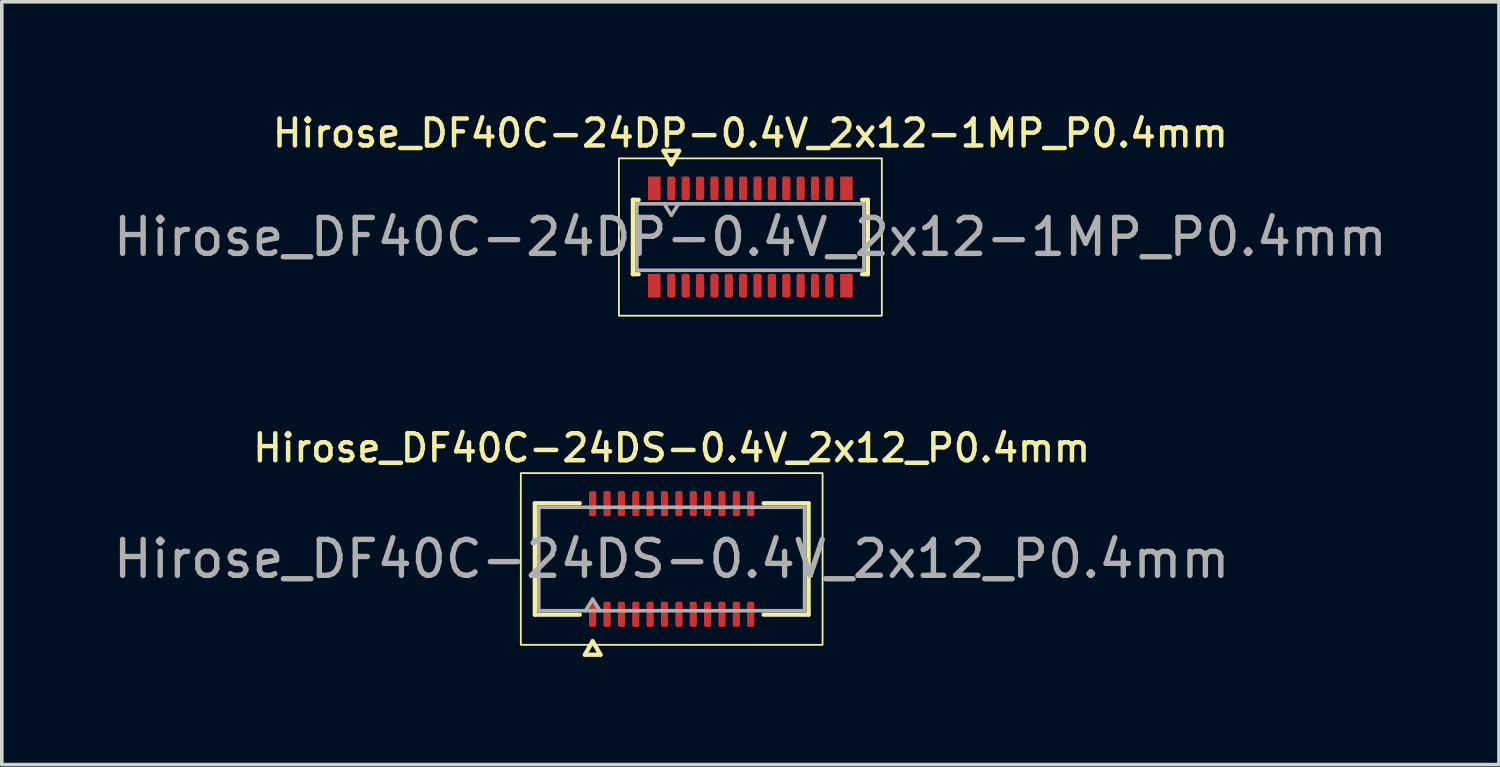
<source format=kicad_pcb>
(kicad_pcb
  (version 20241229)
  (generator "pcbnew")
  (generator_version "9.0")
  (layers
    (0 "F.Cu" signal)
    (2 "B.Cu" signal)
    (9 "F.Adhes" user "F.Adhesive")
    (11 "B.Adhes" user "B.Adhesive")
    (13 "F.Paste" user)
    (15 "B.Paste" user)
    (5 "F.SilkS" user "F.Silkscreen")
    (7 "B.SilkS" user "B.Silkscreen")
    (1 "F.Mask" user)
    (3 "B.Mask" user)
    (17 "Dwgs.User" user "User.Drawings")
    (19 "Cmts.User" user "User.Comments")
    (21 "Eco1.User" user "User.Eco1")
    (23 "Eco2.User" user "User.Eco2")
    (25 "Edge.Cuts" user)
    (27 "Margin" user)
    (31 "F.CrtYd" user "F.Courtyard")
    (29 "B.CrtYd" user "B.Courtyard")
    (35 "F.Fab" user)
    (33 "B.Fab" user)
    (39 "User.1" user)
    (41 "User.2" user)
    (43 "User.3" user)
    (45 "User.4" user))
  (footprint "Hirose_DF40C-24DS-0.4V_2x12_P0.4mm"
    (layer "F.Cu")
    (at 15.649 12.511)
    (property "Reference" "Hirose_DF40C-24DS-0.4V_2x12_P0.4mm" (at 0 -3.09 0) (layer "F.SilkS") (effects (font (size 0.75 0.75) (thickness 0.125))))
    (attr smd)
    (fp_line (start -3.81 -1.55) (end -2.56 -1.55) (stroke (width 0.12) (type solid)) (layer "F.SilkS"))
    (fp_line (start -3.81 1.55) (end -3.81 -1.55) (stroke (width 0.12) (type solid)) (layer "F.SilkS"))
    (fp_line (start -2.56 1.55) (end -3.81 1.55) (stroke (width 0.12) (type solid)) (layer "F.SilkS"))
    (fp_line (start -2.417 2.665) (end -2.2 2.29) (stroke (width 0.12) (type solid)) (layer "F.SilkS"))
    (fp_line (start -2.2 2.29) (end -1.983 2.665) (stroke (width 0.12) (type solid)) (layer "F.SilkS"))
    (fp_line (start -1.983 2.665) (end -2.417 2.665) (stroke (width 0.12) (type solid)) (layer "F.SilkS"))
    (fp_line (start 2.56 -1.55) (end 3.81 -1.55) (stroke (width 0.12) (type solid)) (layer "F.SilkS"))
    (fp_line (start 3.81 -1.55) (end 3.81 1.55) (stroke (width 0.12) (type solid)) (layer "F.SilkS"))
    (fp_line (start 3.81 1.55) (end 2.56 1.55) (stroke (width 0.12) (type solid)) (layer "F.SilkS"))
    (fp_rect (start -4.2 -2.39) (end 4.2 2.39) (stroke (width 0.05) (type solid)) (fill no) (layer "F.SilkS"))
    (fp_line (start -3.7 -1.44) (end 3.7 -1.44) (stroke (width 0.1) (type solid)) (layer "F.Fab"))
    (fp_line (start -3.7 1.44) (end -3.7 -1.44) (stroke (width 0.1) (type solid)) (layer "F.Fab"))
    (fp_line (start -2.4 1.44) (end -2.2 1.12) (stroke (width 0.1) (type solid)) (layer "F.Fab"))
    (fp_line (start -2.2 1.12) (end -2 1.44) (stroke (width 0.1) (type solid)) (layer "F.Fab"))
    (fp_line (start 3.7 -1.44) (end 3.7 1.44) (stroke (width 0.1) (type solid)) (layer "F.Fab"))
    (fp_line (start 3.7 1.44) (end -3.7 1.44) (stroke (width 0.1) (type solid)) (layer "F.Fab"))
    (fp_text user "${REFERENCE}" (at 0 0 0) (layer "F.Fab") (effects (font (size 1 1) (thickness 0.15))))
    (pad "1" smd roundrect (at -2.2 1.54) (size 0.2 0.7) (layers "F.Cu" "F.Mask" "F.Paste") (roundrect_rratio 0.25))
    (pad "2" smd roundrect (at -2.2 -1.54) (size 0.2 0.7) (layers "F.Cu" "F.Mask" "F.Paste") (roundrect_rratio 0.25))
    (pad "3" smd roundrect (at -1.8 1.54) (size 0.2 0.7) (layers "F.Cu" "F.Mask" "F.Paste") (roundrect_rratio 0.25))
    (pad "4" smd roundrect (at -1.8 -1.54) (size 0.2 0.7) (layers "F.Cu" "F.Mask" "F.Paste") (roundrect_rratio 0.25))
    (pad "5" smd roundrect (at -1.4 1.54) (size 0.2 0.7) (layers "F.Cu" "F.Mask" "F.Paste") (roundrect_rratio 0.25))
    (pad "6" smd roundrect (at -1.4 -1.54) (size 0.2 0.7) (layers "F.Cu" "F.Mask" "F.Paste") (roundrect_rratio 0.25))
    (pad "7" smd roundrect (at -1 1.54) (size 0.2 0.7) (layers "F.Cu" "F.Mask" "F.Paste") (roundrect_rratio 0.25))
    (pad "8" smd roundrect (at -1 -1.54) (size 0.2 0.7) (layers "F.Cu" "F.Mask" "F.Paste") (roundrect_rratio 0.25))
    (pad "9" smd roundrect (at -0.6 1.54) (size 0.2 0.7) (layers "F.Cu" "F.Mask" "F.Paste") (roundrect_rratio 0.25))
    (pad "10" smd roundrect (at -0.6 -1.54) (size 0.2 0.7) (layers "F.Cu" "F.Mask" "F.Paste") (roundrect_rratio 0.25))
    (pad "11" smd roundrect (at -0.2 1.54) (size 0.2 0.7) (layers "F.Cu" "F.Mask" "F.Paste") (roundrect_rratio 0.25))
    (pad "12" smd roundrect (at -0.2 -1.54) (size 0.2 0.7) (layers "F.Cu" "F.Mask" "F.Paste") (roundrect_rratio 0.25))
    (pad "13" smd roundrect (at 0.2 1.54) (size 0.2 0.7) (layers "F.Cu" "F.Mask" "F.Paste") (roundrect_rratio 0.25))
    (pad "14" smd roundrect (at 0.2 -1.54) (size 0.2 0.7) (layers "F.Cu" "F.Mask" "F.Paste") (roundrect_rratio 0.25))
    (pad "15" smd roundrect (at 0.6 1.54) (size 0.2 0.7) (layers "F.Cu" "F.Mask" "F.Paste") (roundrect_rratio 0.25))
    (pad "16" smd roundrect (at 0.6 -1.54) (size 0.2 0.7) (layers "F.Cu" "F.Mask" "F.Paste") (roundrect_rratio 0.25))
    (pad "17" smd roundrect (at 1 1.54) (size 0.2 0.7) (layers "F.Cu" "F.Mask" "F.Paste") (roundrect_rratio 0.25))
    (pad "18" smd roundrect (at 1 -1.54) (size 0.2 0.7) (layers "F.Cu" "F.Mask" "F.Paste") (roundrect_rratio 0.25))
    (pad "19" smd roundrect (at 1.4 1.54) (size 0.2 0.7) (layers "F.Cu" "F.Mask" "F.Paste") (roundrect_rratio 0.25))
    (pad "20" smd roundrect (at 1.4 -1.54) (size 0.2 0.7) (layers "F.Cu" "F.Mask" "F.Paste") (roundrect_rratio 0.25))
    (pad "21" smd roundrect (at 1.8 1.54) (size 0.2 0.7) (layers "F.Cu" "F.Mask" "F.Paste") (roundrect_rratio 0.25))
    (pad "22" smd roundrect (at 1.8 -1.54) (size 0.2 0.7) (layers "F.Cu" "F.Mask" "F.Paste") (roundrect_rratio 0.25))
    (pad "23" smd roundrect (at 2.2 1.54) (size 0.2 0.7) (layers "F.Cu" "F.Mask" "F.Paste") (roundrect_rratio 0.25))
    (pad "24" smd roundrect (at 2.2 -1.54) (size 0.2 0.7) (layers "F.Cu" "F.Mask" "F.Paste") (roundrect_rratio 0.25)))
  (footprint "Hirose_DF40C-24DP-0.4V_2x12-1MP_P0.4mm"
    (layer "F.Cu")
    (at 17.839 3.548)
    (property "Reference" "Hirose_DF40C-24DP-0.4V_2x12-1MP_P0.4mm" (at 0 -2.89 0) (layer "F.SilkS") (effects (font (size 0.75 0.75) (thickness 0.125))))
    (attr smd)
    (fp_line (start -3.27 -1.035) (end -3.11 -1.035) (stroke (width 0.12) (type solid)) (layer "F.SilkS"))
    (fp_line (start -3.27 1.035) (end -3.27 -1.035) (stroke (width 0.12) (type solid)) (layer "F.SilkS"))
    (fp_line (start -3.11 1.035) (end -3.27 1.035) (stroke (width 0.12) (type solid)) (layer "F.SilkS"))
    (fp_line (start -2.417 -2.4) (end -2.2 -2.025) (stroke (width 0.12) (type solid)) (layer "F.SilkS"))
    (fp_line (start -2.2 -2.025) (end -1.983 -2.4) (stroke (width 0.12) (type solid)) (layer "F.SilkS"))
    (fp_line (start -1.983 -2.4) (end -2.417 -2.4) (stroke (width 0.12) (type solid)) (layer "F.SilkS"))
    (fp_line (start 3.11 -1.035) (end 3.27 -1.035) (stroke (width 0.12) (type solid)) (layer "F.SilkS"))
    (fp_line (start 3.27 -1.035) (end 3.27 1.035) (stroke (width 0.12) (type solid)) (layer "F.SilkS"))
    (fp_line (start 3.27 1.035) (end 3.11 1.035) (stroke (width 0.12) (type solid)) (layer "F.SilkS"))
    (fp_rect (start -3.66 -2.19) (end 3.66 2.19) (stroke (width 0.05) (type solid)) (fill no) (layer "F.SilkS"))
    (fp_line (start -3.16 -0.925) (end 3.16 -0.925) (stroke (width 0.1) (type solid)) (layer "F.Fab"))
    (fp_line (start -3.16 0.925) (end -3.16 -0.925) (stroke (width 0.1) (type solid)) (layer "F.Fab"))
    (fp_line (start -2.4 -0.925) (end -2.2 -0.605) (stroke (width 0.1) (type solid)) (layer "F.Fab"))
    (fp_line (start -2.2 -0.605) (end -2 -0.925) (stroke (width 0.1) (type solid)) (layer "F.Fab"))
    (fp_line (start 3.16 -0.925) (end 3.16 0.925) (stroke (width 0.1) (type solid)) (layer "F.Fab"))
    (fp_line (start 3.16 0.925) (end -3.16 0.925) (stroke (width 0.1) (type solid)) (layer "F.Fab"))
    (fp_text user "${REFERENCE}" (at 0 0 0) (layer "F.Fab") (effects (font (size 1 1) (thickness 0.15))))
    (pad "1" smd roundrect (at -2.2 -1.355) (size 0.23 0.66) (layers "F.Cu" "F.Mask" "F.Paste") (roundrect_rratio 0.25))
    (pad "2" smd roundrect (at -2.2 1.355) (size 0.23 0.66) (layers "F.Cu" "F.Mask" "F.Paste") (roundrect_rratio 0.25))
    (pad "3" smd roundrect (at -1.8 -1.355) (size 0.23 0.66) (layers "F.Cu" "F.Mask" "F.Paste") (roundrect_rratio 0.25))
    (pad "4" smd roundrect (at -1.8 1.355) (size 0.23 0.66) (layers "F.Cu" "F.Mask" "F.Paste") (roundrect_rratio 0.25))
    (pad "5" smd roundrect (at -1.4 -1.355) (size 0.23 0.66) (layers "F.Cu" "F.Mask" "F.Paste") (roundrect_rratio 0.25))
    (pad "6" smd roundrect (at -1.4 1.355) (size 0.23 0.66) (layers "F.Cu" "F.Mask" "F.Paste") (roundrect_rratio 0.25))
    (pad "7" smd roundrect (at -1 -1.355) (size 0.23 0.66) (layers "F.Cu" "F.Mask" "F.Paste") (roundrect_rratio 0.25))
    (pad "8" smd roundrect (at -1 1.355) (size 0.23 0.66) (layers "F.Cu" "F.Mask" "F.Paste") (roundrect_rratio 0.25))
    (pad "9" smd roundrect (at -0.6 -1.355) (size 0.23 0.66) (layers "F.Cu" "F.Mask" "F.Paste") (roundrect_rratio 0.25))
    (pad "10" smd roundrect (at -0.6 1.355) (size 0.23 0.66) (layers "F.Cu" "F.Mask" "F.Paste") (roundrect_rratio 0.25))
    (pad "11" smd roundrect (at -0.2 -1.355) (size 0.23 0.66) (layers "F.Cu" "F.Mask" "F.Paste") (roundrect_rratio 0.25))
    (pad "12" smd roundrect (at -0.2 1.355) (size 0.23 0.66) (layers "F.Cu" "F.Mask" "F.Paste") (roundrect_rratio 0.25))
    (pad "13" smd roundrect (at 0.2 -1.355) (size 0.23 0.66) (layers "F.Cu" "F.Mask" "F.Paste") (roundrect_rratio 0.25))
    (pad "14" smd roundrect (at 0.2 1.355) (size 0.23 0.66) (layers "F.Cu" "F.Mask" "F.Paste") (roundrect_rratio 0.25))
    (pad "15" smd roundrect (at 0.6 -1.355) (size 0.23 0.66) (layers "F.Cu" "F.Mask" "F.Paste") (roundrect_rratio 0.25))
    (pad "16" smd roundrect (at 0.6 1.355) (size 0.23 0.66) (layers "F.Cu" "F.Mask" "F.Paste") (roundrect_rratio 0.25))
    (pad "17" smd roundrect (at 1 -1.355) (size 0.23 0.66) (layers "F.Cu" "F.Mask" "F.Paste") (roundrect_rratio 0.25))
    (pad "18" smd roundrect (at 1 1.355) (size 0.23 0.66) (layers "F.Cu" "F.Mask" "F.Paste") (roundrect_rratio 0.25))
    (pad "19" smd roundrect (at 1.4 -1.355) (size 0.23 0.66) (layers "F.Cu" "F.Mask" "F.Paste") (roundrect_rratio 0.25))
    (pad "20" smd roundrect (at 1.4 1.355) (size 0.23 0.66) (layers "F.Cu" "F.Mask" "F.Paste") (roundrect_rratio 0.25))
    (pad "21" smd roundrect (at 1.8 -1.355) (size 0.23 0.66) (layers "F.Cu" "F.Mask" "F.Paste") (roundrect_rratio 0.25))
    (pad "22" smd roundrect (at 1.8 1.355) (size 0.23 0.66) (layers "F.Cu" "F.Mask" "F.Paste") (roundrect_rratio 0.25))
    (pad "23" smd roundrect (at 2.2 -1.355) (size 0.23 0.66) (layers "F.Cu" "F.Mask" "F.Paste") (roundrect_rratio 0.25))
    (pad "24" smd roundrect (at 2.2 1.355) (size 0.23 0.66) (layers "F.Cu" "F.Mask" "F.Paste") (roundrect_rratio 0.25))
    (pad "MP" smd rect (at -2.675 -1.355) (size 0.35 0.66) (layers "F.Cu" "F.Mask" "F.Paste"))
    (pad "MP" smd rect (at -2.675 1.355) (size 0.35 0.66) (layers "F.Cu" "F.Mask" "F.Paste"))
    (pad "MP" smd rect (at 2.675 -1.355) (size 0.35 0.66) (layers "F.Cu" "F.Mask" "F.Paste"))
    (pad "MP" smd rect (at 2.675 1.355) (size 0.35 0.66) (layers "F.Cu" "F.Mask" "F.Paste")))
  (gr_rect
    (start -3 -3)
    (end 38.679 18.236)
    (stroke (width 0.1) (type default))
    (fill no)
    (layer "Edge.Cuts")))
</source>
